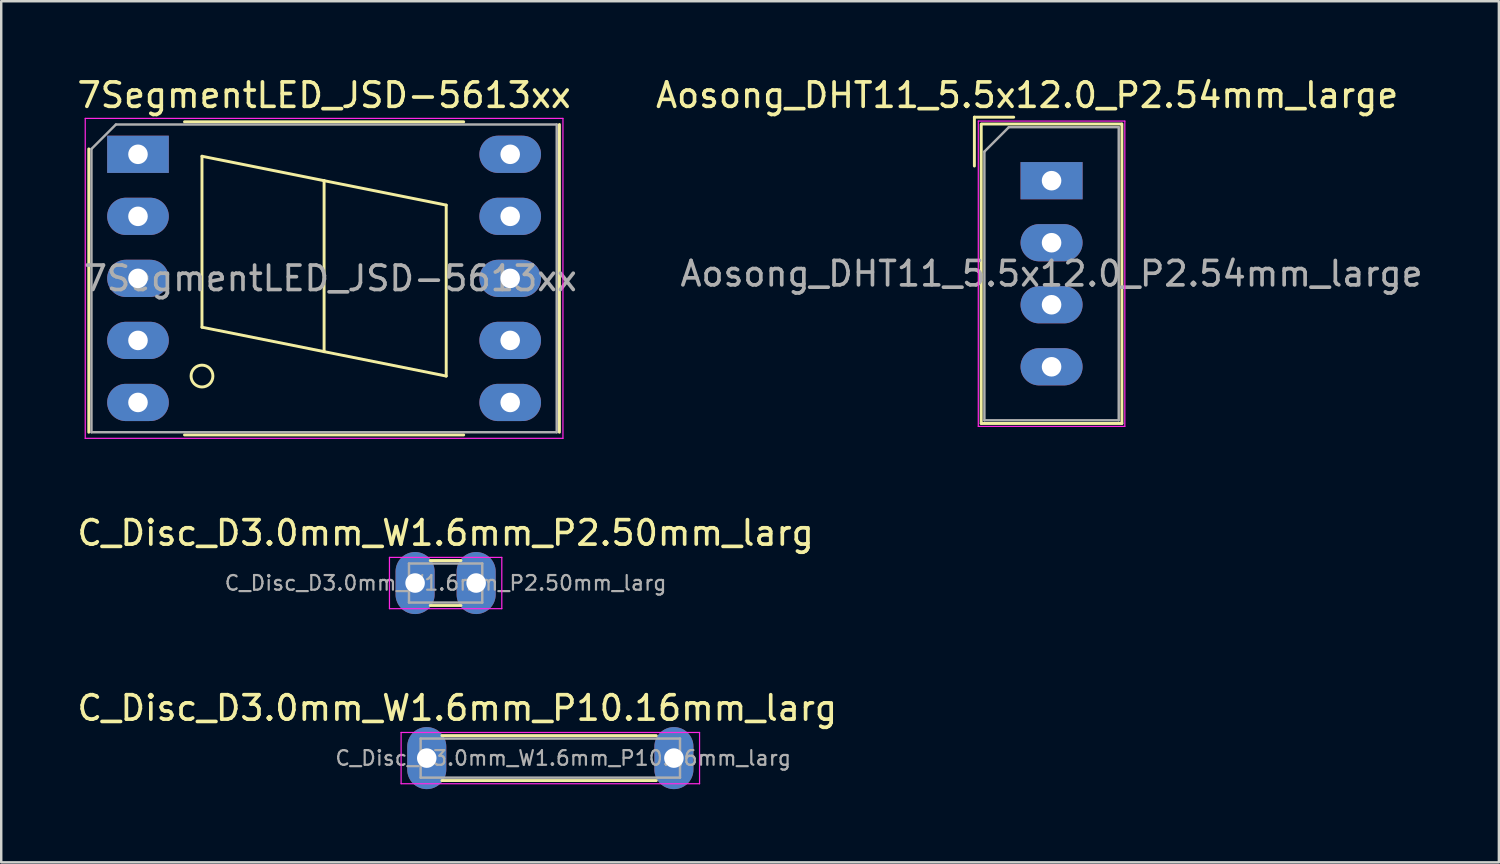
<source format=kicad_pcb>
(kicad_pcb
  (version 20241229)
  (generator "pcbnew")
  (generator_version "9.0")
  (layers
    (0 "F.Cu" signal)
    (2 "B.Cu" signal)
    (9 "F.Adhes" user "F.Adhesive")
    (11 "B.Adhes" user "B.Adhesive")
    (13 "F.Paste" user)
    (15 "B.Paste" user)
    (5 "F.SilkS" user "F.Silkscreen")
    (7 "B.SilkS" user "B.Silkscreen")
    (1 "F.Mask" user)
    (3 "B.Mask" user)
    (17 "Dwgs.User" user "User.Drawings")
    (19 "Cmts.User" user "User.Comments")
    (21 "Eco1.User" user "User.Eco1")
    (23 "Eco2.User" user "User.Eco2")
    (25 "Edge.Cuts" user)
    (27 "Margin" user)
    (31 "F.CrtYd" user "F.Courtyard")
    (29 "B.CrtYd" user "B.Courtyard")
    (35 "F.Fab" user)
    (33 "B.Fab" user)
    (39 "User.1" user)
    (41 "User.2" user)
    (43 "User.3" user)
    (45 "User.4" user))
  (footprint "7SegmentLED_JSD-5613xx"
    (layer "F.Cu")
    (at 2.6 3.268)
    (property "Reference" "7SegmentLED_JSD-5613xx" (at 7.62 -2.42 0) (layer "F.SilkS") (effects (font (size 1 1) (thickness 0.15))))
    (attr through_hole)
    (fp_line (start -2.015 -0.22) (end -2.015 11.38) (stroke (width 0.12) (type solid)) (layer "F.SilkS"))
    (fp_line (start 1.905 -1.33) (end 13.335 -1.33) (stroke (width 0.12) (type solid)) (layer "F.SilkS"))
    (fp_line (start 1.905 11.49) (end 13.335 11.49) (stroke (width 0.12) (type solid)) (layer "F.SilkS"))
    (fp_line (start 2.62 0.08) (end 2.62 7.08) (stroke (width 0.12) (type solid)) (layer "F.SilkS"))
    (fp_line (start 2.62 7.08) (end 7.62 8.08) (stroke (width 0.12) (type solid)) (layer "F.SilkS"))
    (fp_line (start 7.62 1.08) (end 2.62 0.08) (stroke (width 0.12) (type solid)) (layer "F.SilkS"))
    (fp_line (start 7.62 8.08) (end 7.62 1.08) (stroke (width 0.12) (type solid)) (layer "F.SilkS"))
    (fp_line (start 12.62 2.08) (end 7.62 1.08) (stroke (width 0.12) (type solid)) (layer "F.SilkS"))
    (fp_line (start 12.62 2.08) (end 12.62 9.08) (stroke (width 0.12) (type solid)) (layer "F.SilkS"))
    (fp_line (start 12.62 9.08) (end 7.62 8.08) (stroke (width 0.12) (type solid)) (layer "F.SilkS"))
    (fp_line (start 17.255 11.38) (end 17.255 -1.22) (stroke (width 0.12) (type solid)) (layer "F.SilkS"))
    (fp_circle (center 2.62 9.08) (end 3.067 9.08) (stroke (width 0.12) (type solid)) (fill no) (layer "F.SilkS"))
    (fp_line (start -2.16 -1.47) (end -2.16 11.63) (stroke (width 0.05) (type solid)) (layer "F.CrtYd"))
    (fp_line (start -2.16 -1.47) (end 17.4 -1.47) (stroke (width 0.05) (type solid)) (layer "F.CrtYd"))
    (fp_line (start -2.16 11.63) (end 17.4 11.63) (stroke (width 0.05) (type solid)) (layer "F.CrtYd"))
    (fp_line (start 17.4 -1.47) (end 17.4 11.63) (stroke (width 0.05) (type solid)) (layer "F.CrtYd"))
    (fp_line (start -1.905 -0.22) (end -1.905 11.38) (stroke (width 0.1) (type solid)) (layer "F.Fab"))
    (fp_line (start -1.905 11.38) (end 17.145 11.38) (stroke (width 0.1) (type solid)) (layer "F.Fab"))
    (fp_line (start -0.905 -1.22) (end -1.905 -0.22) (stroke (width 0.1) (type solid)) (layer "F.Fab"))
    (fp_line (start -0.905 -1.22) (end 17.145 -1.22) (stroke (width 0.1) (type solid)) (layer "F.Fab"))
    (fp_line (start 17.145 11.38) (end 17.145 -1.22) (stroke (width 0.1) (type solid)) (layer "F.Fab"))
    (fp_text user "${REFERENCE}" (at 7.87 5.08 0) (layer "F.Fab") (effects (font (size 1 1) (thickness 0.15))))
    (pad "1" thru_hole rect (at 0 0 270) (size 1.524 2.524) (drill 0.8) (layers "*.Cu" "*.Mask"))
    (pad "2" thru_hole oval (at 0 2.54 270) (size 1.524 2.524) (drill 0.8) (layers "*.Cu" "*.Mask"))
    (pad "3" thru_hole oval (at 0 5.08 270) (size 1.524 2.524) (drill 0.8) (layers "*.Cu" "*.Mask"))
    (pad "4" thru_hole oval (at 0 7.62 270) (size 1.524 2.524) (drill 0.8) (layers "*.Cu" "*.Mask"))
    (pad "5" thru_hole oval (at 0 10.16 270) (size 1.524 2.524) (drill 0.8) (layers "*.Cu" "*.Mask"))
    (pad "6" thru_hole oval (at 15.24 10.16 270) (size 1.524 2.524) (drill 0.8) (layers "*.Cu" "*.Mask"))
    (pad "7" thru_hole oval (at 15.24 7.62 270) (size 1.524 2.524) (drill 0.8) (layers "*.Cu" "*.Mask"))
    (pad "8" thru_hole oval (at 15.24 5.08 270) (size 1.524 2.524) (drill 0.8) (layers "*.Cu" "*.Mask"))
    (pad "9" thru_hole oval (at 15.24 2.54 270) (size 1.524 2.524) (drill 0.8) (layers "*.Cu" "*.Mask"))
    (pad "10" thru_hole oval (at 15.24 0 270) (size 1.524 2.524) (drill 0.8) (layers "*.Cu" "*.Mask")))
  (footprint "C_Disc_D3.0mm_W1.6mm_P2.50mm_larg"
    (layer "F.Cu")
    (at 13.946 20.822)
    (property "Reference" "C_Disc_D3.0mm_W1.6mm_P2.50mm_larg" (at 1.25 -2.05 0) (layer "F.SilkS") (effects (font (size 1 1) (thickness 0.15))))
    (attr through_hole)
    (fp_line (start 0.621 -0.92) (end 1.879 -0.92) (stroke (width 0.12) (type solid)) (layer "F.SilkS"))
    (fp_line (start 0.621 0.92) (end 1.879 0.92) (stroke (width 0.12) (type solid)) (layer "F.SilkS"))
    (fp_line (start -1.05 -1.05) (end -1.05 1.05) (stroke (width 0.05) (type solid)) (layer "F.CrtYd"))
    (fp_line (start -1.05 1.05) (end 3.55 1.05) (stroke (width 0.05) (type solid)) (layer "F.CrtYd"))
    (fp_line (start 3.55 -1.05) (end -1.05 -1.05) (stroke (width 0.05) (type solid)) (layer "F.CrtYd"))
    (fp_line (start 3.55 1.05) (end 3.55 -1.05) (stroke (width 0.05) (type solid)) (layer "F.CrtYd"))
    (fp_line (start -0.25 -0.8) (end -0.25 0.8) (stroke (width 0.1) (type solid)) (layer "F.Fab"))
    (fp_line (start -0.25 0.8) (end 2.75 0.8) (stroke (width 0.1) (type solid)) (layer "F.Fab"))
    (fp_line (start 2.75 -0.8) (end -0.25 -0.8) (stroke (width 0.1) (type solid)) (layer "F.Fab"))
    (fp_line (start 2.75 0.8) (end 2.75 -0.8) (stroke (width 0.1) (type solid)) (layer "F.Fab"))
    (fp_text user "${REFERENCE}" (at 1.25 0 0) (layer "F.Fab") (effects (font (size 0.6 0.6) (thickness 0.09))))
    (pad "1" thru_hole oval (at 0 0) (size 1.6 2.54) (drill 0.8) (layers "*.Cu" "*.Mask"))
    (pad "2" thru_hole oval (at 2.5 0) (size 1.6 2.54) (drill 0.8) (layers "*.Cu" "*.Mask")))
  (footprint "C_Disc_D3.0mm_W1.6mm_P10.16mm_larg"
    (layer "F.Cu")
    (at 14.423 27.99)
    (property "Reference" "C_Disc_D3.0mm_W1.6mm_P10.16mm_larg" (at 1.25 -2.05 0) (layer "F.SilkS") (effects (font (size 1 1) (thickness 0.15))))
    (attr through_hole)
    (fp_line (start 0.621 -0.92) (end 9.398 -0.92) (stroke (width 0.12) (type solid)) (layer "F.SilkS"))
    (fp_line (start 0.621 0.92) (end 9.398 0.92) (stroke (width 0.12) (type solid)) (layer "F.SilkS"))
    (fp_line (start -1.05 -1.05) (end -1.05 1.05) (stroke (width 0.05) (type solid)) (layer "F.CrtYd"))
    (fp_line (start -1.05 1.05) (end 11.17 1.05) (stroke (width 0.05) (type solid)) (layer "F.CrtYd"))
    (fp_line (start 11.17 -1.05) (end -1.05 -1.05) (stroke (width 0.05) (type solid)) (layer "F.CrtYd"))
    (fp_line (start 11.17 1.05) (end 11.17 -1.05) (stroke (width 0.05) (type solid)) (layer "F.CrtYd"))
    (fp_line (start -0.25 -0.8) (end -0.25 0.8) (stroke (width 0.1) (type solid)) (layer "F.Fab"))
    (fp_line (start -0.25 0.8) (end 10.37 0.8) (stroke (width 0.1) (type solid)) (layer "F.Fab"))
    (fp_line (start 10.37 -0.8) (end -0.25 -0.8) (stroke (width 0.1) (type solid)) (layer "F.Fab"))
    (fp_line (start 10.37 0.8) (end 10.37 -0.8) (stroke (width 0.1) (type solid)) (layer "F.Fab"))
    (fp_text user "${REFERENCE}" (at 5.588 0 0) (layer "F.Fab") (effects (font (size 0.6 0.6) (thickness 0.09))))
    (pad "1" thru_hole oval (at 0 0) (size 1.6 2.54) (drill 0.8) (layers "*.Cu" "*.Mask"))
    (pad "2" thru_hole oval (at 10.12 0) (size 1.6 2.54) (drill 0.8) (layers "*.Cu" "*.Mask")))
  (footprint "Aosong_DHT11_5.5x12.0_P2.54mm_large"
    (layer "F.Cu")
    (at 40.006 4.348)
    (property "Reference" "Aosong_DHT11_5.5x12.0_P2.54mm_large" (at -1 -3.5 0) (layer "F.SilkS") (effects (font (size 1 1) (thickness 0.15))))
    (attr through_hole)
    (fp_line (start -3.16 -2.6) (end -3.16 -0.6) (stroke (width 0.12) (type solid)) (layer "F.SilkS"))
    (fp_line (start -3.16 -2.6) (end -1.55 -2.6) (stroke (width 0.12) (type solid)) (layer "F.SilkS"))
    (fp_line (start -2.88 9.94) (end -2.88 -2.31) (stroke (width 0.12) (type solid)) (layer "F.SilkS"))
    (fp_line (start -2.87 -2.32) (end 2.87 -2.32) (stroke (width 0.12) (type solid)) (layer "F.SilkS"))
    (fp_line (start 2.88 -2.32) (end 2.88 9.94) (stroke (width 0.12) (type solid)) (layer "F.SilkS"))
    (fp_line (start 2.88 9.94) (end -2.88 9.94) (stroke (width 0.12) (type solid)) (layer "F.SilkS"))
    (fp_line (start -3 -2.44) (end 3 -2.44) (stroke (width 0.05) (type solid)) (layer "F.CrtYd"))
    (fp_line (start -3 10.06) (end -3 -2.44) (stroke (width 0.05) (type solid)) (layer "F.CrtYd"))
    (fp_line (start 3 -2.44) (end 3 10.06) (stroke (width 0.05) (type solid)) (layer "F.CrtYd"))
    (fp_line (start 3 10.06) (end -3 10.06) (stroke (width 0.05) (type solid)) (layer "F.CrtYd"))
    (fp_line (start -2.75 -1.19) (end -2.75 9.81) (stroke (width 0.1) (type solid)) (layer "F.Fab"))
    (fp_line (start -2.75 -1.19) (end -1.75 -2.19) (stroke (width 0.1) (type solid)) (layer "F.Fab"))
    (fp_line (start -1.75 -2.19) (end 2.75 -2.19) (stroke (width 0.1) (type solid)) (layer "F.Fab"))
    (fp_line (start 2.75 -2.19) (end 2.75 9.81) (stroke (width 0.1) (type solid)) (layer "F.Fab"))
    (fp_line (start 2.75 9.81) (end -2.75 9.81) (stroke (width 0.1) (type solid)) (layer "F.Fab"))
    (fp_text user "${REFERENCE}" (at 0 3.81 0) (layer "F.Fab") (effects (font (size 1 1) (thickness 0.15))))
    (pad "1" thru_hole rect (at 0 0) (size 2.54 1.524) (drill 0.8) (layers "*.Cu" "*.Mask"))
    (pad "2" thru_hole oval (at 0 2.54) (size 2.54 1.524) (drill 0.8) (layers "*.Cu" "*.Mask"))
    (pad "3" thru_hole oval (at 0 5.08) (size 2.54 1.524) (drill 0.8) (layers "*.Cu" "*.Mask"))
    (pad "4" thru_hole oval (at 0 7.62) (size 2.54 1.524) (drill 0.8) (layers "*.Cu" "*.Mask")))
  (gr_rect
    (start -3 -3)
    (end 58.321 32.26)
    (stroke (width 0.1) (type default))
    (fill no)
    (layer "Edge.Cuts")))
</source>
